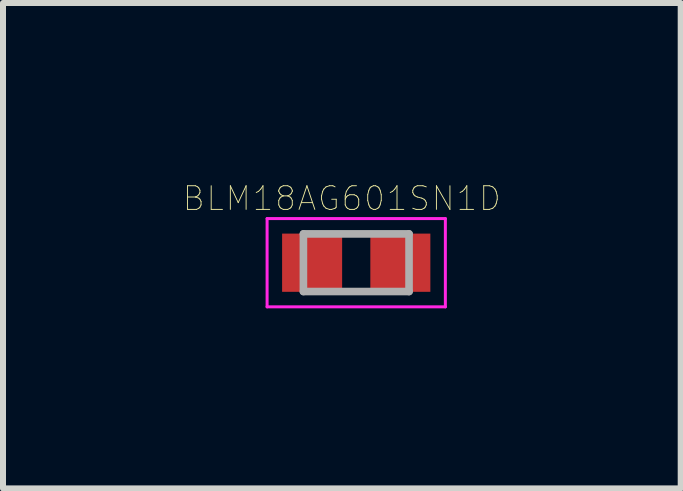
<source format=kicad_pcb>
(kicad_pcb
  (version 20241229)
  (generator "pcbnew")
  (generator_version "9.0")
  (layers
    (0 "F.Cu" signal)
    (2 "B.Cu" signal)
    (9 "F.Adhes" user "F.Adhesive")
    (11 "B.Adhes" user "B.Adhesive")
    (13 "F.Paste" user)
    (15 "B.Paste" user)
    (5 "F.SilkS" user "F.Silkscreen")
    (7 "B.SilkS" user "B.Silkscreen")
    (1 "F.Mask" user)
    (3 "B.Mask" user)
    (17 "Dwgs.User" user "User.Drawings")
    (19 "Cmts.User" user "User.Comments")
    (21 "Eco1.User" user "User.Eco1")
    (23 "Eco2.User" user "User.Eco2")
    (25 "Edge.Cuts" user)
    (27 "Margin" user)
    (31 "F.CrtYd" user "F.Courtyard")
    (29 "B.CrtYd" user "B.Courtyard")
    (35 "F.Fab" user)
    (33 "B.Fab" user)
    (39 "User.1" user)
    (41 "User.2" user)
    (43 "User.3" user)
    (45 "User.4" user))
  (footprint "BLM18AG601SN1D"
    (layer "F.Cu")
    (at 2.885 1.327)
    (property "Reference" "BLM18AG601SN1D" (at -0.24 -1.07 0) (layer "F.SilkS") (effects (font (size 0.394 0.394) (thickness 0.015))))
    (attr through_hole)
    (fp_line (start -1.485 -0.735) (end 1.485 -0.735) (stroke (width 0.05) (type solid)) (layer "F.CrtYd"))
    (fp_line (start -1.485 0.735) (end -1.485 -0.735) (stroke (width 0.05) (type solid)) (layer "F.CrtYd"))
    (fp_line (start -1.485 0.735) (end 1.485 0.735) (stroke (width 0.05) (type solid)) (layer "F.CrtYd"))
    (fp_line (start 1.485 0.735) (end 1.485 -0.735) (stroke (width 0.05) (type solid)) (layer "F.CrtYd"))
    (fp_line (start -0.88 0.48) (end -0.88 -0.48) (stroke (width 0.127) (type solid)) (layer "F.Fab"))
    (fp_line (start 0.88 -0.48) (end -0.88 -0.48) (stroke (width 0.127) (type solid)) (layer "F.Fab"))
    (fp_line (start 0.88 0.48) (end -0.88 0.48) (stroke (width 0.127) (type solid)) (layer "F.Fab"))
    (fp_line (start 0.88 0.48) (end 0.88 -0.48) (stroke (width 0.127) (type solid)) (layer "F.Fab"))
    (pad "1" smd rect (at -0.735 0) (size 1 0.97) (layers "F.Cu" "F.Mask" "F.Paste"))
    (pad "2" smd rect (at 0.735 0) (size 1 0.97) (layers "F.Cu" "F.Mask" "F.Paste")))
  (gr_rect
    (start -3 -3)
    (end 8.291 5.087)
    (stroke (width 0.1) (type default))
    (fill no)
    (layer "Edge.Cuts")))
</source>
